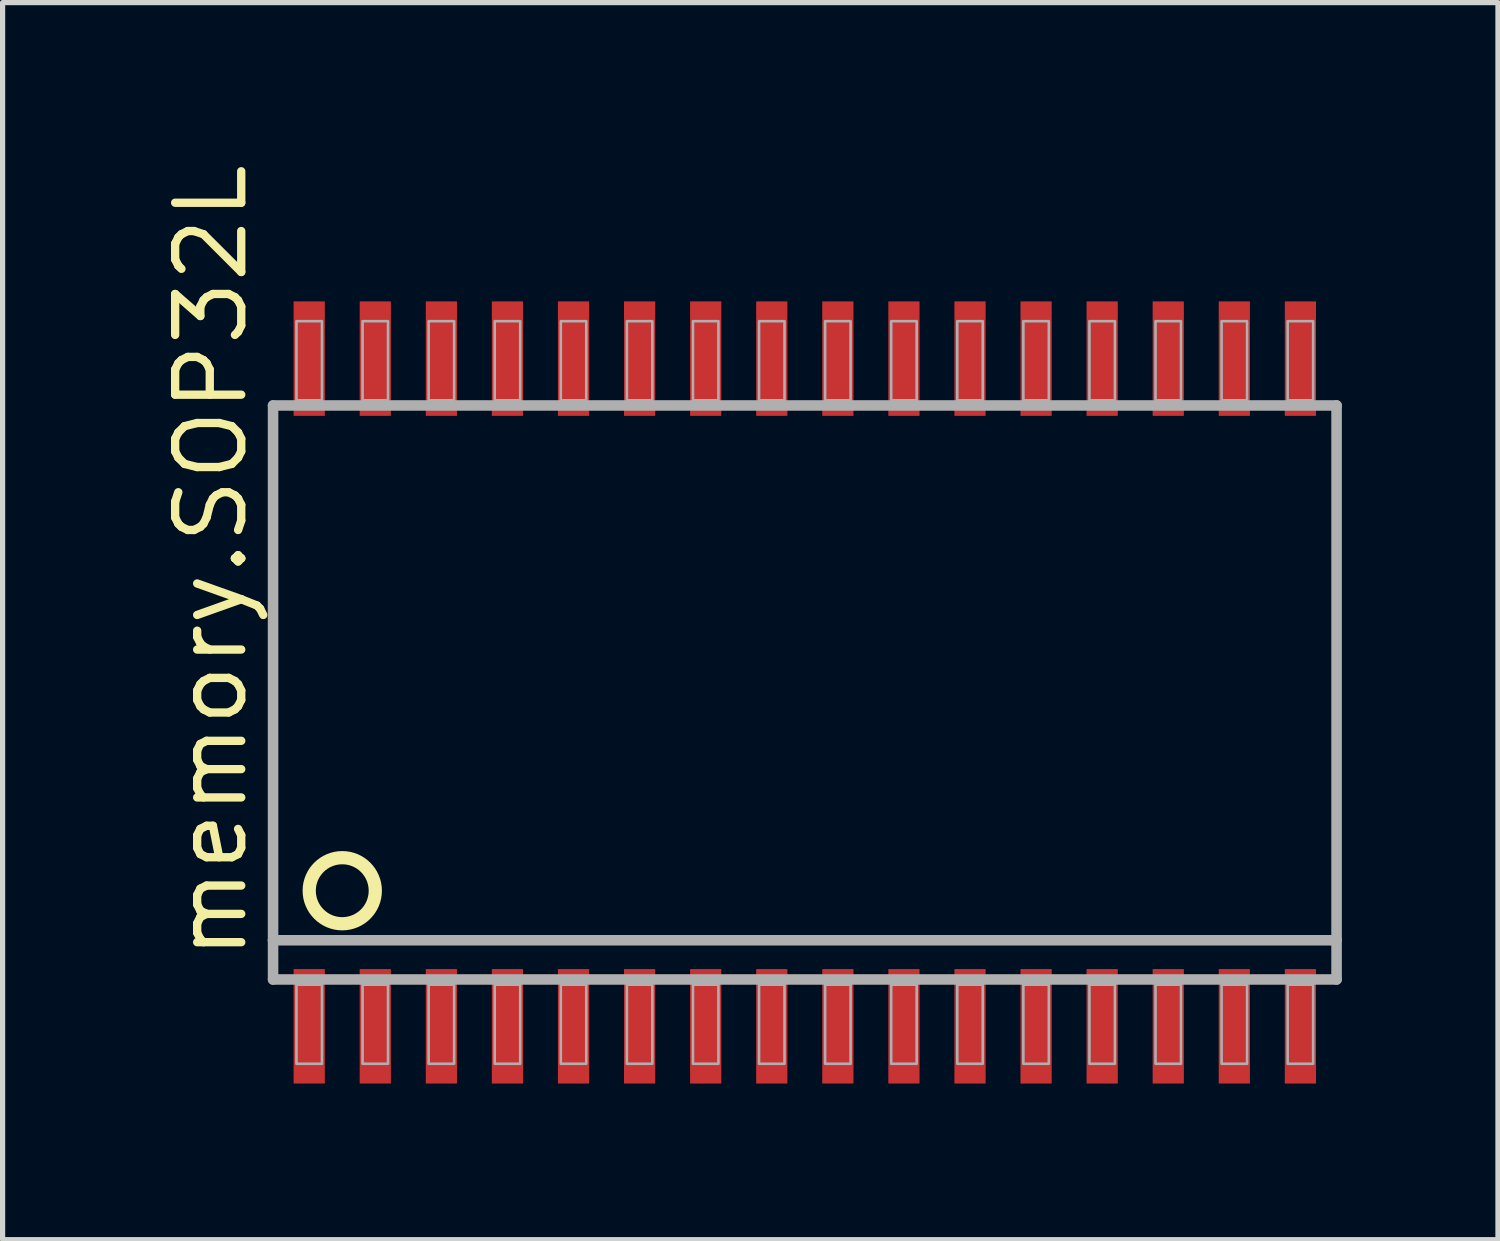
<source format=kicad_pcb>
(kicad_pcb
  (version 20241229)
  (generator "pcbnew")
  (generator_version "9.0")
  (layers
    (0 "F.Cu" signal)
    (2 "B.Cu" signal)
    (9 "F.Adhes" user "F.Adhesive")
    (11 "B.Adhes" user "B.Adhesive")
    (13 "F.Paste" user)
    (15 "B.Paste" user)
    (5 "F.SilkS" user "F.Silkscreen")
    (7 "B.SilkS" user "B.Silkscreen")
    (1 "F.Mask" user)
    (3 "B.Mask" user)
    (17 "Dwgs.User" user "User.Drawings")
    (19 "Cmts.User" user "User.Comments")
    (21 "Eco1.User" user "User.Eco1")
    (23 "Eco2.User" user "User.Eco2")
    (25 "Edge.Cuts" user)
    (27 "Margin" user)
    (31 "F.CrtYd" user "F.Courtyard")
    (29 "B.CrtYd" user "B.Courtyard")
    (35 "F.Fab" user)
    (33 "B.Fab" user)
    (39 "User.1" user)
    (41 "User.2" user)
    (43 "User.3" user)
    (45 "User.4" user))
  (footprint "memory.SOP32L"
    (layer "F.Cu")
    (at 12.418 10.259)
    (property "Reference" "memory.SOP32L" (at -10.668 5.207 90) (layer "F.SilkS") (effects (font (size 1.27 1.27) (thickness 0.16)) (justify left bottom)))
    (attr smd)
    (fp_circle (center -8.89 3.81) (end -8.255 3.81) (stroke (width 0.254) (type default)) (fill no) (layer "F.SilkS"))
    (fp_line (start -10.22 -5.516) (end 10.22 -5.516) (stroke (width 0.203) (type default)) (layer "F.Fab"))
    (fp_line (start -10.22 4.762) (end -10.22 -5.516) (stroke (width 0.203) (type default)) (layer "F.Fab"))
    (fp_line (start -10.22 5.516) (end -10.22 4.762) (stroke (width 0.203) (type default)) (layer "F.Fab"))
    (fp_line (start 10.22 -5.516) (end 10.22 4.762) (stroke (width 0.203) (type default)) (layer "F.Fab"))
    (fp_line (start 10.22 4.762) (end -10.22 4.762) (stroke (width 0.203) (type default)) (layer "F.Fab"))
    (fp_line (start 10.22 4.762) (end 10.22 5.516) (stroke (width 0.203) (type default)) (layer "F.Fab"))
    (fp_line (start 10.22 5.516) (end -10.22 5.516) (stroke (width 0.203) (type default)) (layer "F.Fab"))
    (fp_rect (start -9.77 -5.616) (end -9.28 -7.136) (stroke (width 0.05) (type default)) (fill no) (layer "F.Fab"))
    (fp_rect (start -9.77 7.136) (end -9.28 5.616) (stroke (width 0.05) (type default)) (fill no) (layer "F.Fab"))
    (fp_rect (start -8.5 -5.616) (end -8.01 -7.136) (stroke (width 0.05) (type default)) (fill no) (layer "F.Fab"))
    (fp_rect (start -8.5 7.136) (end -8.01 5.616) (stroke (width 0.05) (type default)) (fill no) (layer "F.Fab"))
    (fp_rect (start -7.23 -5.616) (end -6.74 -7.136) (stroke (width 0.05) (type default)) (fill no) (layer "F.Fab"))
    (fp_rect (start -7.23 7.136) (end -6.74 5.616) (stroke (width 0.05) (type default)) (fill no) (layer "F.Fab"))
    (fp_rect (start -5.96 -5.616) (end -5.47 -7.136) (stroke (width 0.05) (type default)) (fill no) (layer "F.Fab"))
    (fp_rect (start -5.96 7.136) (end -5.47 5.616) (stroke (width 0.05) (type default)) (fill no) (layer "F.Fab"))
    (fp_rect (start -4.69 -5.616) (end -4.2 -7.136) (stroke (width 0.05) (type default)) (fill no) (layer "F.Fab"))
    (fp_rect (start -4.69 7.136) (end -4.2 5.616) (stroke (width 0.05) (type default)) (fill no) (layer "F.Fab"))
    (fp_rect (start -3.42 -5.616) (end -2.93 -7.136) (stroke (width 0.05) (type default)) (fill no) (layer "F.Fab"))
    (fp_rect (start -3.42 7.136) (end -2.93 5.616) (stroke (width 0.05) (type default)) (fill no) (layer "F.Fab"))
    (fp_rect (start -2.15 -5.616) (end -1.66 -7.136) (stroke (width 0.05) (type default)) (fill no) (layer "F.Fab"))
    (fp_rect (start -2.15 7.136) (end -1.66 5.616) (stroke (width 0.05) (type default)) (fill no) (layer "F.Fab"))
    (fp_rect (start -0.88 -5.616) (end -0.39 -7.136) (stroke (width 0.05) (type default)) (fill no) (layer "F.Fab"))
    (fp_rect (start -0.88 7.136) (end -0.39 5.616) (stroke (width 0.05) (type default)) (fill no) (layer "F.Fab"))
    (fp_rect (start 0.39 -5.616) (end 0.88 -7.136) (stroke (width 0.05) (type default)) (fill no) (layer "F.Fab"))
    (fp_rect (start 0.39 7.136) (end 0.88 5.616) (stroke (width 0.05) (type default)) (fill no) (layer "F.Fab"))
    (fp_rect (start 1.66 -5.616) (end 2.15 -7.136) (stroke (width 0.05) (type default)) (fill no) (layer "F.Fab"))
    (fp_rect (start 1.66 7.136) (end 2.15 5.616) (stroke (width 0.05) (type default)) (fill no) (layer "F.Fab"))
    (fp_rect (start 2.93 -5.616) (end 3.42 -7.136) (stroke (width 0.05) (type default)) (fill no) (layer "F.Fab"))
    (fp_rect (start 2.93 7.136) (end 3.42 5.616) (stroke (width 0.05) (type default)) (fill no) (layer "F.Fab"))
    (fp_rect (start 4.2 -5.616) (end 4.69 -7.136) (stroke (width 0.05) (type default)) (fill no) (layer "F.Fab"))
    (fp_rect (start 4.2 7.136) (end 4.69 5.616) (stroke (width 0.05) (type default)) (fill no) (layer "F.Fab"))
    (fp_rect (start 5.47 -5.616) (end 5.96 -7.136) (stroke (width 0.05) (type default)) (fill no) (layer "F.Fab"))
    (fp_rect (start 5.47 7.136) (end 5.96 5.616) (stroke (width 0.05) (type default)) (fill no) (layer "F.Fab"))
    (fp_rect (start 6.74 -5.616) (end 7.23 -7.136) (stroke (width 0.05) (type default)) (fill no) (layer "F.Fab"))
    (fp_rect (start 6.74 7.136) (end 7.23 5.616) (stroke (width 0.05) (type default)) (fill no) (layer "F.Fab"))
    (fp_rect (start 8.01 -5.616) (end 8.5 -7.136) (stroke (width 0.05) (type default)) (fill no) (layer "F.Fab"))
    (fp_rect (start 8.01 7.136) (end 8.5 5.616) (stroke (width 0.05) (type default)) (fill no) (layer "F.Fab"))
    (fp_rect (start 9.28 -5.616) (end 9.77 -7.136) (stroke (width 0.05) (type default)) (fill no) (layer "F.Fab"))
    (fp_rect (start 9.28 7.136) (end 9.77 5.616) (stroke (width 0.05) (type default)) (fill no) (layer "F.Fab"))
    (pad "1" smd roundrect (at -9.525 6.416) (size 0.6 2.2) (layers "F.Cu" "F.Mask" "F.Paste") (roundrect_rratio 0.01))
    (pad "2" smd roundrect (at -8.255 6.416) (size 0.6 2.2) (layers "F.Cu" "F.Mask" "F.Paste") (roundrect_rratio 0.01))
    (pad "3" smd roundrect (at -6.985 6.416) (size 0.6 2.2) (layers "F.Cu" "F.Mask" "F.Paste") (roundrect_rratio 0.01))
    (pad "4" smd roundrect (at -5.715 6.416) (size 0.6 2.2) (layers "F.Cu" "F.Mask" "F.Paste") (roundrect_rratio 0.01))
    (pad "5" smd roundrect (at -4.445 6.416) (size 0.6 2.2) (layers "F.Cu" "F.Mask" "F.Paste") (roundrect_rratio 0.01))
    (pad "6" smd roundrect (at -3.175 6.416) (size 0.6 2.2) (layers "F.Cu" "F.Mask" "F.Paste") (roundrect_rratio 0.01))
    (pad "7" smd roundrect (at -1.905 6.416) (size 0.6 2.2) (layers "F.Cu" "F.Mask" "F.Paste") (roundrect_rratio 0.01))
    (pad "8" smd roundrect (at -0.635 6.416) (size 0.6 2.2) (layers "F.Cu" "F.Mask" "F.Paste") (roundrect_rratio 0.01))
    (pad "9" smd roundrect (at 0.635 6.416) (size 0.6 2.2) (layers "F.Cu" "F.Mask" "F.Paste") (roundrect_rratio 0.01))
    (pad "10" smd roundrect (at 1.905 6.416) (size 0.6 2.2) (layers "F.Cu" "F.Mask" "F.Paste") (roundrect_rratio 0.01))
    (pad "11" smd roundrect (at 3.175 6.416) (size 0.6 2.2) (layers "F.Cu" "F.Mask" "F.Paste") (roundrect_rratio 0.01))
    (pad "12" smd roundrect (at 4.445 6.416) (size 0.6 2.2) (layers "F.Cu" "F.Mask" "F.Paste") (roundrect_rratio 0.01))
    (pad "13" smd roundrect (at 5.715 6.416) (size 0.6 2.2) (layers "F.Cu" "F.Mask" "F.Paste") (roundrect_rratio 0.01))
    (pad "14" smd roundrect (at 6.985 6.416) (size 0.6 2.2) (layers "F.Cu" "F.Mask" "F.Paste") (roundrect_rratio 0.01))
    (pad "15" smd roundrect (at 8.255 6.416) (size 0.6 2.2) (layers "F.Cu" "F.Mask" "F.Paste") (roundrect_rratio 0.01))
    (pad "16" smd roundrect (at 9.525 6.416) (size 0.6 2.2) (layers "F.Cu" "F.Mask" "F.Paste") (roundrect_rratio 0.01))
    (pad "17" smd roundrect (at 9.525 -6.416) (size 0.6 2.2) (layers "F.Cu" "F.Mask" "F.Paste") (roundrect_rratio 0.01))
    (pad "18" smd roundrect (at 8.255 -6.416) (size 0.6 2.2) (layers "F.Cu" "F.Mask" "F.Paste") (roundrect_rratio 0.01))
    (pad "19" smd roundrect (at 6.985 -6.416) (size 0.6 2.2) (layers "F.Cu" "F.Mask" "F.Paste") (roundrect_rratio 0.01))
    (pad "20" smd roundrect (at 5.715 -6.416) (size 0.6 2.2) (layers "F.Cu" "F.Mask" "F.Paste") (roundrect_rratio 0.01))
    (pad "21" smd roundrect (at 4.445 -6.416) (size 0.6 2.2) (layers "F.Cu" "F.Mask" "F.Paste") (roundrect_rratio 0.01))
    (pad "22" smd roundrect (at 3.175 -6.416) (size 0.6 2.2) (layers "F.Cu" "F.Mask" "F.Paste") (roundrect_rratio 0.01))
    (pad "23" smd roundrect (at 1.905 -6.416) (size 0.6 2.2) (layers "F.Cu" "F.Mask" "F.Paste") (roundrect_rratio 0.01))
    (pad "24" smd roundrect (at 0.635 -6.416) (size 0.6 2.2) (layers "F.Cu" "F.Mask" "F.Paste") (roundrect_rratio 0.01))
    (pad "25" smd roundrect (at -0.635 -6.416) (size 0.6 2.2) (layers "F.Cu" "F.Mask" "F.Paste") (roundrect_rratio 0.01))
    (pad "26" smd roundrect (at -1.905 -6.416) (size 0.6 2.2) (layers "F.Cu" "F.Mask" "F.Paste") (roundrect_rratio 0.01))
    (pad "27" smd roundrect (at -3.175 -6.416) (size 0.6 2.2) (layers "F.Cu" "F.Mask" "F.Paste") (roundrect_rratio 0.01))
    (pad "28" smd roundrect (at -4.445 -6.416) (size 0.6 2.2) (layers "F.Cu" "F.Mask" "F.Paste") (roundrect_rratio 0.01))
    (pad "29" smd roundrect (at -5.715 -6.416) (size 0.6 2.2) (layers "F.Cu" "F.Mask" "F.Paste") (roundrect_rratio 0.01))
    (pad "30" smd roundrect (at -6.985 -6.416) (size 0.6 2.2) (layers "F.Cu" "F.Mask" "F.Paste") (roundrect_rratio 0.01))
    (pad "31" smd roundrect (at -8.255 -6.416) (size 0.6 2.2) (layers "F.Cu" "F.Mask" "F.Paste") (roundrect_rratio 0.01))
    (pad "32" smd roundrect (at -9.525 -6.416) (size 0.6 2.2) (layers "F.Cu" "F.Mask" "F.Paste") (roundrect_rratio 0.01)))
  (gr_rect
    (start -3 -3)
    (end 25.74 20.775)
    (stroke (width 0.1) (type default))
    (fill no)
    (layer "Edge.Cuts")))
</source>
